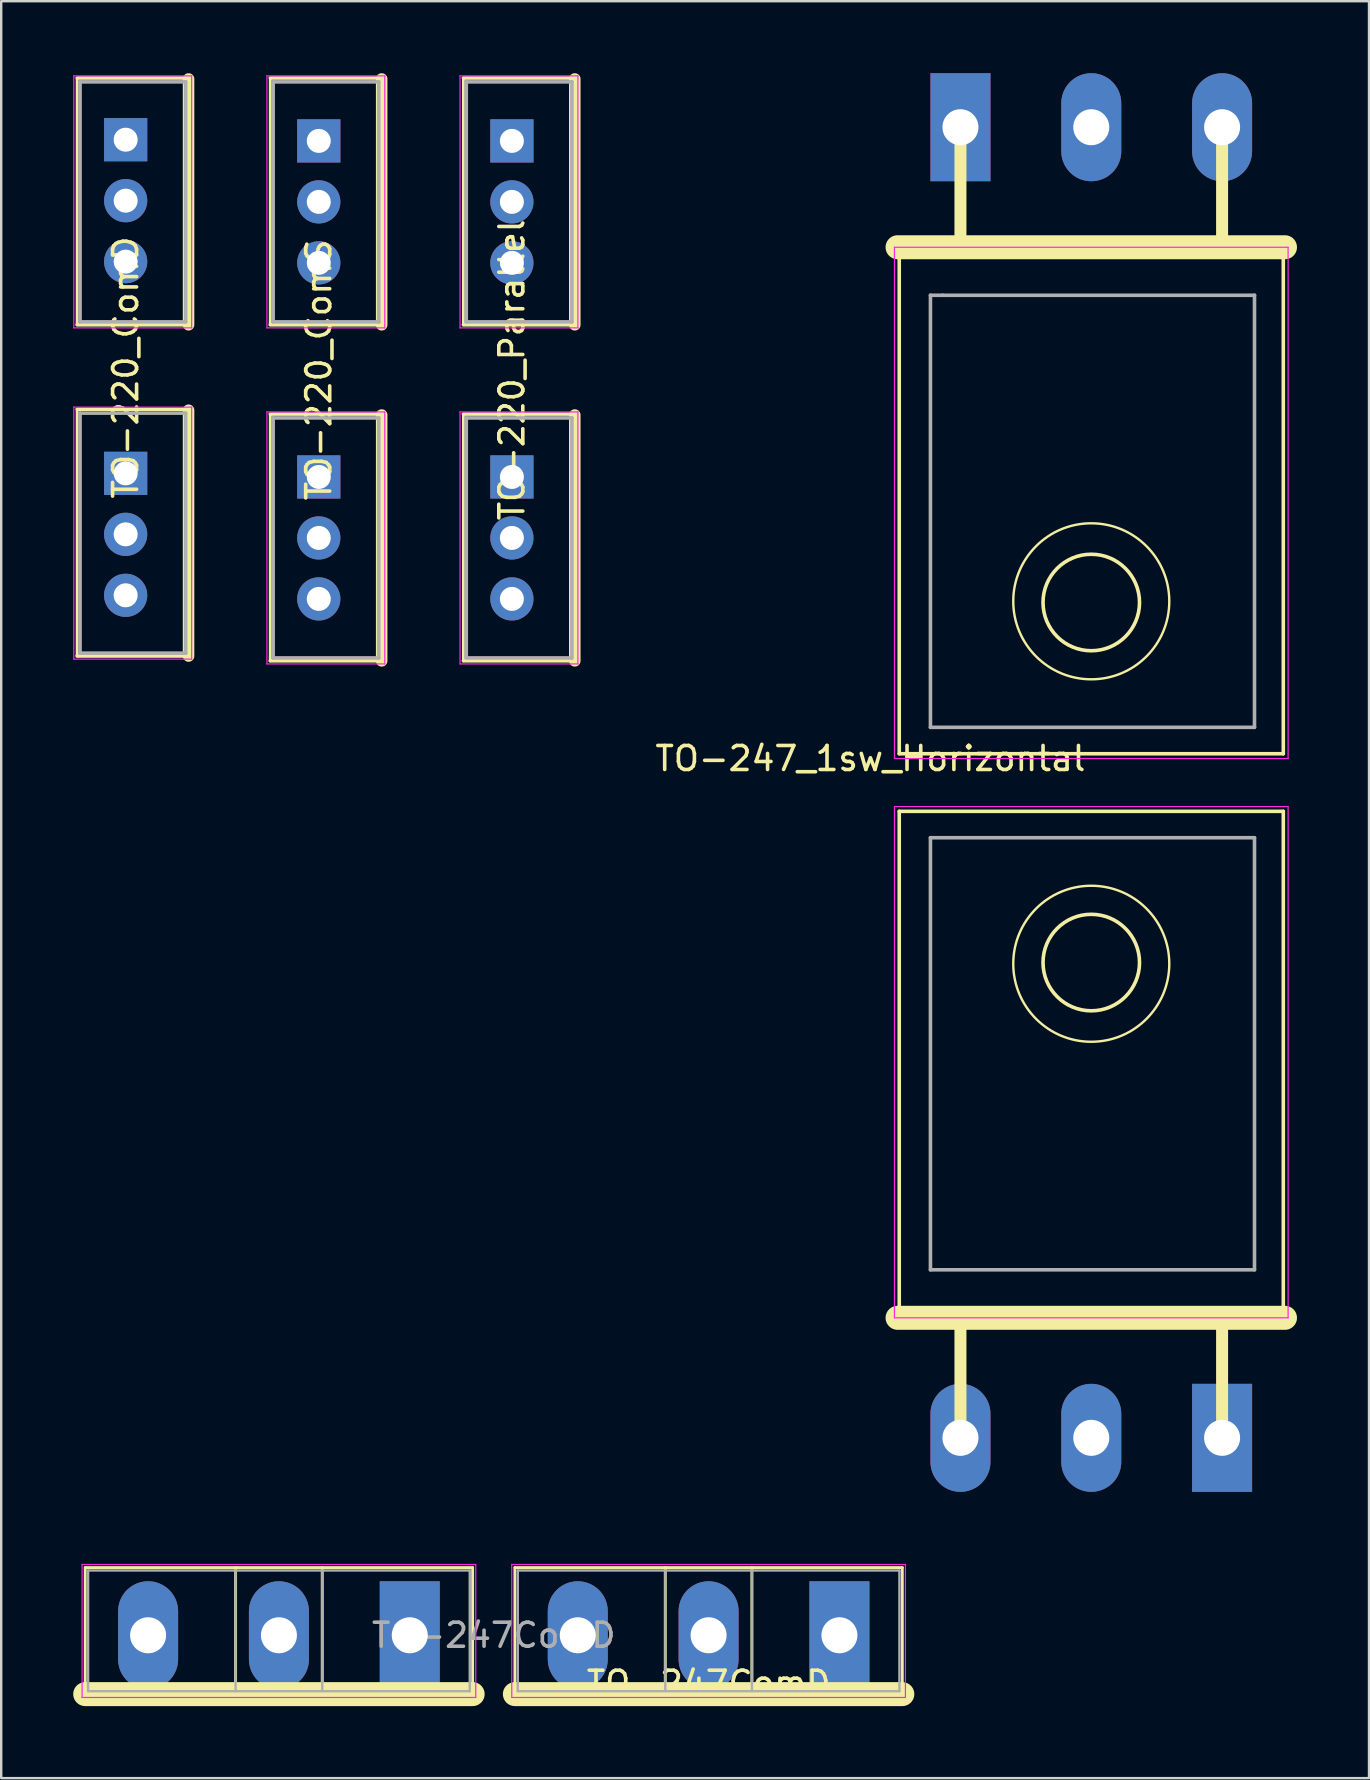
<source format=kicad_pcb>
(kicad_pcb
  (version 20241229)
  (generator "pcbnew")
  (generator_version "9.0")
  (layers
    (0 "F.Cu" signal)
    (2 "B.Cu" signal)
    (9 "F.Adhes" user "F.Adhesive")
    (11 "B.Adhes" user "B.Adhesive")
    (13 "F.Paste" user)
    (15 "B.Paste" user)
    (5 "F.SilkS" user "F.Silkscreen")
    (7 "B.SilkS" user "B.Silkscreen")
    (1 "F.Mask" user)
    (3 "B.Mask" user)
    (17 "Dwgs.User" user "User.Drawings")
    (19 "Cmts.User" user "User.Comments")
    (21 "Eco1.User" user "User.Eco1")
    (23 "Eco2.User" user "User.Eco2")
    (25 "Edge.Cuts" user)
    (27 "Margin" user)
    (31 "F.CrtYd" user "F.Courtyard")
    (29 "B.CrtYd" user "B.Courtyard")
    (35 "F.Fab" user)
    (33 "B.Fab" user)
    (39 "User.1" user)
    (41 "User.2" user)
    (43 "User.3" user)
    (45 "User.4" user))
  (footprint "TO-247ComD"
    (layer "F.Cu")
    (at 17.52 65.075)
    (property "Reference" "TO-247ComD" (at 8.95 2 0) (layer "F.SilkS") (effects (font (size 1 1) (thickness 0.15))))
    (attr through_hole)
    (fp_line (start -17.02 2.451) (end -17.02 -2.82) (stroke (width 0.12) (type solid)) (layer "F.SilkS"))
    (fp_line (start -10.755 2.451) (end -10.755 -2.82) (stroke (width 0.12) (type solid)) (layer "F.SilkS"))
    (fp_line (start -7.146 2.451) (end -7.146 -2.82) (stroke (width 0.12) (type solid)) (layer "F.SilkS"))
    (fp_line (start -0.88 -2.82) (end -17.02 -2.82) (stroke (width 0.12) (type solid)) (layer "F.SilkS"))
    (fp_line (start -0.88 2.451) (end -17.02 2.451) (stroke (width 1) (type solid)) (layer "F.SilkS"))
    (fp_line (start -0.88 2.451) (end -0.88 -2.82) (stroke (width 0.12) (type solid)) (layer "F.SilkS"))
    (fp_line (start 0.88 2.451) (end 0.88 -2.82) (stroke (width 0.12) (type solid)) (layer "F.SilkS"))
    (fp_line (start 7.145 2.451) (end 7.145 -2.82) (stroke (width 0.12) (type solid)) (layer "F.SilkS"))
    (fp_line (start 10.754 2.451) (end 10.754 -2.82) (stroke (width 0.12) (type solid)) (layer "F.SilkS"))
    (fp_line (start 17.02 -2.82) (end 0.88 -2.82) (stroke (width 0.12) (type solid)) (layer "F.SilkS"))
    (fp_line (start 17.02 2.451) (end 0.88 2.451) (stroke (width 1) (type solid)) (layer "F.SilkS"))
    (fp_line (start 17.02 2.451) (end 17.02 -2.82) (stroke (width 0.12) (type solid)) (layer "F.SilkS"))
    (fp_line (start -17.15 -2.95) (end -17.15 2.59) (stroke (width 0.05) (type solid)) (layer "F.CrtYd"))
    (fp_line (start -17.15 2.59) (end -0.75 2.59) (stroke (width 0.05) (type solid)) (layer "F.CrtYd"))
    (fp_line (start -0.75 -2.95) (end -17.15 -2.95) (stroke (width 0.05) (type solid)) (layer "F.CrtYd"))
    (fp_line (start -0.75 2.59) (end -0.75 -2.95) (stroke (width 0.05) (type solid)) (layer "F.CrtYd"))
    (fp_line (start 0.75 -2.95) (end 0.75 2.59) (stroke (width 0.05) (type solid)) (layer "F.CrtYd"))
    (fp_line (start 0.75 2.59) (end 17.15 2.59) (stroke (width 0.05) (type solid)) (layer "F.CrtYd"))
    (fp_line (start 17.15 -2.95) (end 0.75 -2.95) (stroke (width 0.05) (type solid)) (layer "F.CrtYd"))
    (fp_line (start 17.15 2.59) (end 17.15 -2.95) (stroke (width 0.05) (type solid)) (layer "F.CrtYd"))
    (fp_line (start -16.9 -2.7) (end -16.9 2.33) (stroke (width 0.1) (type solid)) (layer "F.Fab"))
    (fp_line (start -16.9 2.33) (end -1 2.33) (stroke (width 0.1) (type solid)) (layer "F.Fab"))
    (fp_line (start -10.755 2.33) (end -10.755 -2.7) (stroke (width 0.1) (type solid)) (layer "F.Fab"))
    (fp_line (start -7.145 2.33) (end -7.145 -2.7) (stroke (width 0.1) (type solid)) (layer "F.Fab"))
    (fp_line (start -1 -2.7) (end -16.9 -2.7) (stroke (width 0.1) (type solid)) (layer "F.Fab"))
    (fp_line (start -1 2.33) (end -1 -2.7) (stroke (width 0.1) (type solid)) (layer "F.Fab"))
    (fp_line (start 1 -2.7) (end 1 2.33) (stroke (width 0.1) (type solid)) (layer "F.Fab"))
    (fp_line (start 1 2.33) (end 16.9 2.33) (stroke (width 0.1) (type solid)) (layer "F.Fab"))
    (fp_line (start 7.145 2.33) (end 7.145 -2.7) (stroke (width 0.1) (type solid)) (layer "F.Fab"))
    (fp_line (start 10.755 2.33) (end 10.755 -2.7) (stroke (width 0.1) (type solid)) (layer "F.Fab"))
    (fp_line (start 16.9 -2.7) (end 1 -2.7) (stroke (width 0.1) (type solid)) (layer "F.Fab"))
    (fp_line (start 16.9 2.33) (end 16.9 -2.7) (stroke (width 0.1) (type solid)) (layer "F.Fab"))
    (fp_text user "${REFERENCE}" (at 0 0 180) (layer "F.Fab") (effects (font (size 1 1) (thickness 0.15))))
    (pad "D" thru_hole oval (at -8.95 0 180) (size 2.5 4.5) (drill 1.5) (layers "*.Cu" "*.Mask"))
    (pad "D" thru_hole oval (at 8.95 0 180) (size 2.5 4.5) (drill 1.5) (layers "*.Cu" "*.Mask"))
    (pad "Ga" thru_hole rect (at 14.4 0 180) (size 2.5 4.5) (drill 1.5) (layers "*.Cu" "*.Mask"))
    (pad "Gb" thru_hole rect (at -3.5 0 180) (size 2.5 4.5) (drill 1.5) (layers "*.Cu" "*.Mask"))
    (pad "Sa" thru_hole oval (at 3.5 0 180) (size 2.5 4.5) (drill 1.5) (layers "*.Cu" "*.Mask"))
    (pad "Sb" thru_hole oval (at -14.4 0 180) (size 2.5 4.5) (drill 1.5) (layers "*.Cu" "*.Mask")))
  (footprint "TO-220_ComD"
    (layer "F.Cu")
    (at 2.185 12.26)
    (property "Reference" "TO-220_ComD" (at 0 0 90) (layer "F.SilkS") (effects (font (size 1 1) (thickness 0.15))))
    (attr smd)
    (fp_line (start -2.021 -12.02) (end -2.021 -1.78) (stroke (width 0.12) (type solid)) (layer "F.SilkS"))
    (fp_line (start -2.021 1.78) (end -2.021 12.02) (stroke (width 0.12) (type solid)) (layer "F.SilkS"))
    (fp_line (start 2.62 -12.06) (end -2.021 -12.06) (stroke (width 0.15) (type solid)) (layer "F.SilkS"))
    (fp_line (start 2.62 -12.02) (end 2.62 -1.78) (stroke (width 0.48) (type solid)) (layer "F.SilkS"))
    (fp_line (start 2.62 -1.78) (end -2.021 -1.78) (stroke (width 0.15) (type solid)) (layer "F.SilkS"))
    (fp_line (start 2.62 1.74) (end -2.021 1.74) (stroke (width 0.15) (type solid)) (layer "F.SilkS"))
    (fp_line (start 2.62 1.78) (end 2.62 12.02) (stroke (width 0.48) (type solid)) (layer "F.SilkS"))
    (fp_line (start 2.62 12.02) (end -2.021 12.02) (stroke (width 0.15) (type solid)) (layer "F.SilkS"))
    (fp_line (start -2.16 -12.15) (end -2.16 -1.65) (stroke (width 0.05) (type solid)) (layer "F.CrtYd"))
    (fp_line (start -2.16 -1.65) (end 2.75 -1.65) (stroke (width 0.05) (type solid)) (layer "F.CrtYd"))
    (fp_line (start -2.16 1.65) (end -2.16 12.15) (stroke (width 0.05) (type solid)) (layer "F.CrtYd"))
    (fp_line (start -2.16 12.15) (end 2.75 12.15) (stroke (width 0.05) (type solid)) (layer "F.CrtYd"))
    (fp_line (start 2.75 -12.15) (end -2.16 -12.15) (stroke (width 0.05) (type solid)) (layer "F.CrtYd"))
    (fp_line (start 2.75 -1.65) (end 2.75 -12.15) (stroke (width 0.05) (type solid)) (layer "F.CrtYd"))
    (fp_line (start 2.75 1.65) (end -2.16 1.65) (stroke (width 0.05) (type solid)) (layer "F.CrtYd"))
    (fp_line (start 2.75 12.15) (end 2.75 1.65) (stroke (width 0.05) (type solid)) (layer "F.CrtYd"))
    (fp_line (start -1.9 -11.9) (end -1.9 -1.9) (stroke (width 0.15) (type solid)) (layer "F.Fab"))
    (fp_line (start -1.9 -1.9) (end 2.5 -1.9) (stroke (width 0.15) (type solid)) (layer "F.Fab"))
    (fp_line (start -1.9 1.9) (end -1.9 11.9) (stroke (width 0.15) (type solid)) (layer "F.Fab"))
    (fp_line (start -1.9 11.9) (end 2.5 11.9) (stroke (width 0.15) (type solid)) (layer "F.Fab"))
    (fp_line (start 2.5 -11.9) (end -1.9 -11.9) (stroke (width 0.15) (type solid)) (layer "F.Fab"))
    (fp_line (start 2.5 -1.9) (end 2.5 -11.9) (stroke (width 0.15) (type solid)) (layer "F.Fab"))
    (fp_line (start 2.5 1.9) (end -1.9 1.9) (stroke (width 0.15) (type solid)) (layer "F.Fab"))
    (fp_line (start 2.5 11.9) (end 2.5 1.9) (stroke (width 0.15) (type solid)) (layer "F.Fab"))
    (pad "D" thru_hole circle (at 0 -6.95 180) (size 1.8 1.8) (drill 1) (layers "*.Cu" "*.Mask"))
    (pad "D" thru_hole circle (at 0 6.95 180) (size 1.8 1.8) (drill 1) (layers "*.Cu" "*.Mask"))
    (pad "Ga" thru_hole rect (at 0 -9.49 180) (size 1.8 1.8) (drill 1) (layers "*.Cu" "*.Mask"))
    (pad "Gb" thru_hole rect (at 0 4.41 180) (size 1.8 1.8) (drill 1) (layers "*.Cu" "*.Mask"))
    (pad "Sa" thru_hole circle (at 0 -4.41 180) (size 1.8 1.8) (drill 1) (layers "*.Cu" "*.Mask"))
    (pad "Sb" thru_hole circle (at 0 9.49 180) (size 1.8 1.8) (drill 1) (layers "*.Cu" "*.Mask")))
  (footprint "TO-220_ComS"
    (layer "F.Cu")
    (at 10.23 12.36)
    (property "Reference" "TO-220_ComS" (at 0 0 90) (layer "F.SilkS") (effects (font (size 1 1) (thickness 0.15))))
    (attr smd)
    (fp_line (start -2.021 -12.12) (end -2.021 -1.88) (stroke (width 0.12) (type solid)) (layer "F.SilkS"))
    (fp_line (start -2.021 1.88) (end -2.021 12.12) (stroke (width 0.12) (type solid)) (layer "F.SilkS"))
    (fp_line (start 2.62 -12.16) (end -2.021 -12.16) (stroke (width 0.15) (type solid)) (layer "F.SilkS"))
    (fp_line (start 2.62 -12.12) (end 2.62 -1.88) (stroke (width 0.48) (type solid)) (layer "F.SilkS"))
    (fp_line (start 2.62 -1.88) (end -2.021 -1.88) (stroke (width 0.15) (type solid)) (layer "F.SilkS"))
    (fp_line (start 2.62 1.84) (end -2.021 1.84) (stroke (width 0.15) (type solid)) (layer "F.SilkS"))
    (fp_line (start 2.62 1.88) (end 2.62 12.12) (stroke (width 0.48) (type solid)) (layer "F.SilkS"))
    (fp_line (start 2.62 12.12) (end -2.021 12.12) (stroke (width 0.15) (type solid)) (layer "F.SilkS"))
    (fp_line (start -2.16 -12.25) (end -2.16 -1.75) (stroke (width 0.05) (type solid)) (layer "F.CrtYd"))
    (fp_line (start -2.16 -1.75) (end 2.75 -1.75) (stroke (width 0.05) (type solid)) (layer "F.CrtYd"))
    (fp_line (start -2.16 1.75) (end -2.16 12.25) (stroke (width 0.05) (type solid)) (layer "F.CrtYd"))
    (fp_line (start -2.16 12.25) (end 2.75 12.25) (stroke (width 0.05) (type solid)) (layer "F.CrtYd"))
    (fp_line (start 2.75 -12.25) (end -2.16 -12.25) (stroke (width 0.05) (type solid)) (layer "F.CrtYd"))
    (fp_line (start 2.75 -1.75) (end 2.75 -12.25) (stroke (width 0.05) (type solid)) (layer "F.CrtYd"))
    (fp_line (start 2.75 1.75) (end -2.16 1.75) (stroke (width 0.05) (type solid)) (layer "F.CrtYd"))
    (fp_line (start 2.75 12.25) (end 2.75 1.75) (stroke (width 0.05) (type solid)) (layer "F.CrtYd"))
    (fp_line (start -1.9 -12) (end -1.9 -2) (stroke (width 0.15) (type solid)) (layer "F.Fab"))
    (fp_line (start -1.9 -2) (end 2.5 -2) (stroke (width 0.15) (type solid)) (layer "F.Fab"))
    (fp_line (start -1.9 2) (end -1.9 12) (stroke (width 0.15) (type solid)) (layer "F.Fab"))
    (fp_line (start -1.9 12) (end 2.5 12) (stroke (width 0.15) (type solid)) (layer "F.Fab"))
    (fp_line (start 2.5 -12) (end -1.9 -12) (stroke (width 0.15) (type solid)) (layer "F.Fab"))
    (fp_line (start 2.5 -2) (end 2.5 -12) (stroke (width 0.15) (type solid)) (layer "F.Fab"))
    (fp_line (start 2.5 2) (end -1.9 2) (stroke (width 0.15) (type solid)) (layer "F.Fab"))
    (fp_line (start 2.5 12) (end 2.5 2) (stroke (width 0.15) (type solid)) (layer "F.Fab"))
    (pad "D1" thru_hole circle (at 0 -7 180) (size 1.8 1.8) (drill 1) (layers "*.Cu" "*.Mask"))
    (pad "D2" thru_hole circle (at 0 7 180) (size 1.8 1.8) (drill 1) (layers "*.Cu" "*.Mask"))
    (pad "G" thru_hole rect (at 0 -9.54 180) (size 1.8 1.8) (drill 1) (layers "*.Cu" "*.Mask"))
    (pad "G" thru_hole rect (at 0 4.46 180) (size 1.8 1.8) (drill 1) (layers "*.Cu" "*.Mask"))
    (pad "S" thru_hole circle (at 0 -4.46 180) (size 1.8 1.8) (drill 1) (layers "*.Cu" "*.Mask"))
    (pad "S" thru_hole circle (at 0 9.54 180) (size 1.8 1.8) (drill 1) (layers "*.Cu" "*.Mask")))
  (footprint "TO-247_1sw_Horizontal"
    (layer "F.Cu")
    (at 42.412 29.55)
    (property "Reference" "TO-247_1sw_Horizontal" (at -9.2 -1 0) (layer "F.SilkS") (effects (font (size 1 1) (thickness 0.15))))
    (attr through_hole)
    (fp_line (start -8.07 22.3) (end 8.07 22.3) (stroke (width 1) (type solid)) (layer "F.SilkS"))
    (fp_line (start -8 -22.3) (end -8 -1.2) (stroke (width 0.15) (type solid)) (layer "F.SilkS"))
    (fp_line (start -8 1.2) (end 8 1.2) (stroke (width 0.15) (type solid)) (layer "F.SilkS"))
    (fp_line (start -8 22.3) (end -8 1.2) (stroke (width 0.15) (type solid)) (layer "F.SilkS"))
    (fp_line (start -5.45 -27.3) (end -5.45 -22.3) (stroke (width 0.5) (type solid)) (layer "F.SilkS"))
    (fp_line (start -5.45 27.3) (end -5.45 22.3) (stroke (width 0.5) (type solid)) (layer "F.SilkS"))
    (fp_line (start 5.45 -27.3) (end 5.45 -22.3) (stroke (width 0.5) (type solid)) (layer "F.SilkS"))
    (fp_line (start 5.45 27.3) (end 5.45 22.3) (stroke (width 0.5) (type solid)) (layer "F.SilkS"))
    (fp_line (start 8 -22.3) (end 8 -1.2) (stroke (width 0.15) (type solid)) (layer "F.SilkS"))
    (fp_line (start 8 -1.2) (end -8 -1.2) (stroke (width 0.15) (type solid)) (layer "F.SilkS"))
    (fp_line (start 8 22.3) (end 8 1.2) (stroke (width 0.15) (type solid)) (layer "F.SilkS"))
    (fp_line (start 8.07 -22.3) (end -8.07 -22.3) (stroke (width 1) (type solid)) (layer "F.SilkS"))
    (fp_circle (center 0 -7.55) (end 3 -6.3) (stroke (width 0.1) (type solid)) (fill no) (layer "F.SilkS"))
    (fp_circle (center 0 -7.5) (end 2 -7.3) (stroke (width 0.15) (type solid)) (fill no) (layer "F.SilkS"))
    (fp_circle (center 0 7.5) (end -2 7.3) (stroke (width 0.15) (type solid)) (fill no) (layer "F.SilkS"))
    (fp_circle (center 0 7.55) (end -3 6.3) (stroke (width 0.1) (type solid)) (fill no) (layer "F.SilkS"))
    (fp_line (start -8.2 -22.3) (end 8.2 -22.3) (stroke (width 0.05) (type solid)) (layer "F.CrtYd"))
    (fp_line (start -8.2 -1) (end -8.2 -22.3) (stroke (width 0.05) (type solid)) (layer "F.CrtYd"))
    (fp_line (start -8.2 1) (end 8.2 1) (stroke (width 0.05) (type solid)) (layer "F.CrtYd"))
    (fp_line (start -8.2 22.3) (end -8.2 1) (stroke (width 0.05) (type solid)) (layer "F.CrtYd"))
    (fp_line (start 8.2 -22.3) (end 8.2 -1) (stroke (width 0.05) (type solid)) (layer "F.CrtYd"))
    (fp_line (start 8.2 -1) (end -8.2 -1) (stroke (width 0.05) (type solid)) (layer "F.CrtYd"))
    (fp_line (start 8.2 1) (end 8.2 22.3) (stroke (width 0.05) (type solid)) (layer "F.CrtYd"))
    (fp_line (start 8.2 22.3) (end -8.2 22.3) (stroke (width 0.05) (type solid)) (layer "F.CrtYd"))
    (fp_line (start -6.7 -20.3) (end -6.7 -2.3) (stroke (width 0.15) (type solid)) (layer "F.Fab"))
    (fp_line (start -6.7 -2.3) (end 6.8 -2.3) (stroke (width 0.15) (type solid)) (layer "F.Fab"))
    (fp_line (start -6.7 2.3) (end -6.7 20.3) (stroke (width 0.15) (type solid)) (layer "F.Fab"))
    (fp_line (start -6.7 20.3) (end 6.8 20.3) (stroke (width 0.15) (type solid)) (layer "F.Fab"))
    (fp_line (start -6.2 -20.3) (end -6.7 -20.3) (stroke (width 0.15) (type solid)) (layer "F.Fab"))
    (fp_line (start 6.8 -20.3) (end -6.2 -20.3) (stroke (width 0.15) (type solid)) (layer "F.Fab"))
    (fp_line (start 6.8 -2.3) (end 6.8 -20.3) (stroke (width 0.15) (type solid)) (layer "F.Fab"))
    (fp_line (start 6.8 2.3) (end -6.7 2.3) (stroke (width 0.15) (type solid)) (layer "F.Fab"))
    (fp_line (start 6.8 20.3) (end 6.8 2.3) (stroke (width 0.15) (type solid)) (layer "F.Fab"))
    (pad "D" thru_hole oval (at 0 -27.3) (size 2.5 4.5) (drill 1.5) (layers "*.Cu" "*.Mask"))
    (pad "D" thru_hole oval (at 0 27.3 180) (size 2.5 4.5) (drill 1.5) (layers "*.Cu" "*.Mask"))
    (pad "G1" thru_hole rect (at -5.45 -27.3) (size 2.5 4.5) (drill 1.5) (layers "*.Cu" "*.Mask"))
    (pad "G2" thru_hole rect (at 5.45 27.3 180) (size 2.5 4.5) (drill 1.5) (layers "*.Cu" "*.Mask"))
    (pad "S1" thru_hole oval (at 5.45 -27.3) (size 2.5 4.5) (drill 1.5) (layers "*.Cu" "*.Mask"))
    (pad "S2" thru_hole oval (at -5.45 27.3 180) (size 2.5 4.5) (drill 1.5) (layers "*.Cu" "*.Mask")))
  (footprint "TO-220_Parallel"
    (layer "F.Cu")
    (at 18.275 12.36)
    (property "Reference" "TO-220_Parallel" (at 0 0 270) (layer "F.SilkS") (effects (font (size 1 1) (thickness 0.15))))
    (attr smd)
    (fp_line (start -2.021 -12.12) (end -2.021 -1.88) (stroke (width 0.12) (type solid)) (layer "F.SilkS"))
    (fp_line (start -2.021 1.88) (end -2.021 12.12) (stroke (width 0.12) (type solid)) (layer "F.SilkS"))
    (fp_line (start 2.62 -12.16) (end -2.021 -12.16) (stroke (width 0.15) (type solid)) (layer "F.SilkS"))
    (fp_line (start 2.62 -12.12) (end 2.62 -1.88) (stroke (width 0.48) (type solid)) (layer "F.SilkS"))
    (fp_line (start 2.62 -1.88) (end -2.021 -1.88) (stroke (width 0.15) (type solid)) (layer "F.SilkS"))
    (fp_line (start 2.62 1.84) (end -2.021 1.84) (stroke (width 0.15) (type solid)) (layer "F.SilkS"))
    (fp_line (start 2.62 1.88) (end 2.62 12.12) (stroke (width 0.48) (type solid)) (layer "F.SilkS"))
    (fp_line (start 2.62 12.12) (end -2.021 12.12) (stroke (width 0.15) (type solid)) (layer "F.SilkS"))
    (fp_line (start -2.16 -12.25) (end -2.16 -1.75) (stroke (width 0.05) (type solid)) (layer "F.CrtYd"))
    (fp_line (start -2.16 -1.75) (end 2.75 -1.75) (stroke (width 0.05) (type solid)) (layer "F.CrtYd"))
    (fp_line (start -2.16 1.75) (end -2.16 12.25) (stroke (width 0.05) (type solid)) (layer "F.CrtYd"))
    (fp_line (start -2.16 12.25) (end 2.75 12.25) (stroke (width 0.05) (type solid)) (layer "F.CrtYd"))
    (fp_line (start 2.75 -12.25) (end -2.16 -12.25) (stroke (width 0.05) (type solid)) (layer "F.CrtYd"))
    (fp_line (start 2.75 -1.75) (end 2.75 -12.25) (stroke (width 0.05) (type solid)) (layer "F.CrtYd"))
    (fp_line (start 2.75 1.75) (end -2.16 1.75) (stroke (width 0.05) (type solid)) (layer "F.CrtYd"))
    (fp_line (start 2.75 12.25) (end 2.75 1.75) (stroke (width 0.05) (type solid)) (layer "F.CrtYd"))
    (fp_line (start -1.9 -12) (end -1.9 -2) (stroke (width 0.15) (type solid)) (layer "F.Fab"))
    (fp_line (start -1.9 -2) (end 2.5 -2) (stroke (width 0.15) (type solid)) (layer "F.Fab"))
    (fp_line (start -1.9 2) (end -1.9 12) (stroke (width 0.15) (type solid)) (layer "F.Fab"))
    (fp_line (start -1.9 12) (end 2.5 12) (stroke (width 0.15) (type solid)) (layer "F.Fab"))
    (fp_line (start 2.5 -12) (end -1.9 -12) (stroke (width 0.15) (type solid)) (layer "F.Fab"))
    (fp_line (start 2.5 -2) (end 2.5 -12) (stroke (width 0.15) (type solid)) (layer "F.Fab"))
    (fp_line (start 2.5 2) (end -1.9 2) (stroke (width 0.15) (type solid)) (layer "F.Fab"))
    (fp_line (start 2.5 12) (end 2.5 2) (stroke (width 0.15) (type solid)) (layer "F.Fab"))
    (pad "D" thru_hole circle (at 0 -7 180) (size 1.8 1.8) (drill 1) (layers "*.Cu" "*.Mask"))
    (pad "D" thru_hole circle (at 0 7 180) (size 1.8 1.8) (drill 1) (layers "*.Cu" "*.Mask"))
    (pad "G" thru_hole rect (at 0 -9.54 180) (size 1.8 1.8) (drill 1) (layers "*.Cu" "*.Mask"))
    (pad "G" thru_hole rect (at 0 4.46 180) (size 1.8 1.8) (drill 1) (layers "*.Cu" "*.Mask"))
    (pad "S" thru_hole circle (at 0 -4.46 180) (size 1.8 1.8) (drill 1) (layers "*.Cu" "*.Mask"))
    (pad "S" thru_hole circle (at 0 9.54 180) (size 1.8 1.8) (drill 1) (layers "*.Cu" "*.Mask")))
  (gr_rect
    (start -3 -3)
    (end 53.982 71.026)
    (stroke (width 0.1) (type default))
    (fill no)
    (layer "Edge.Cuts")))
</source>
